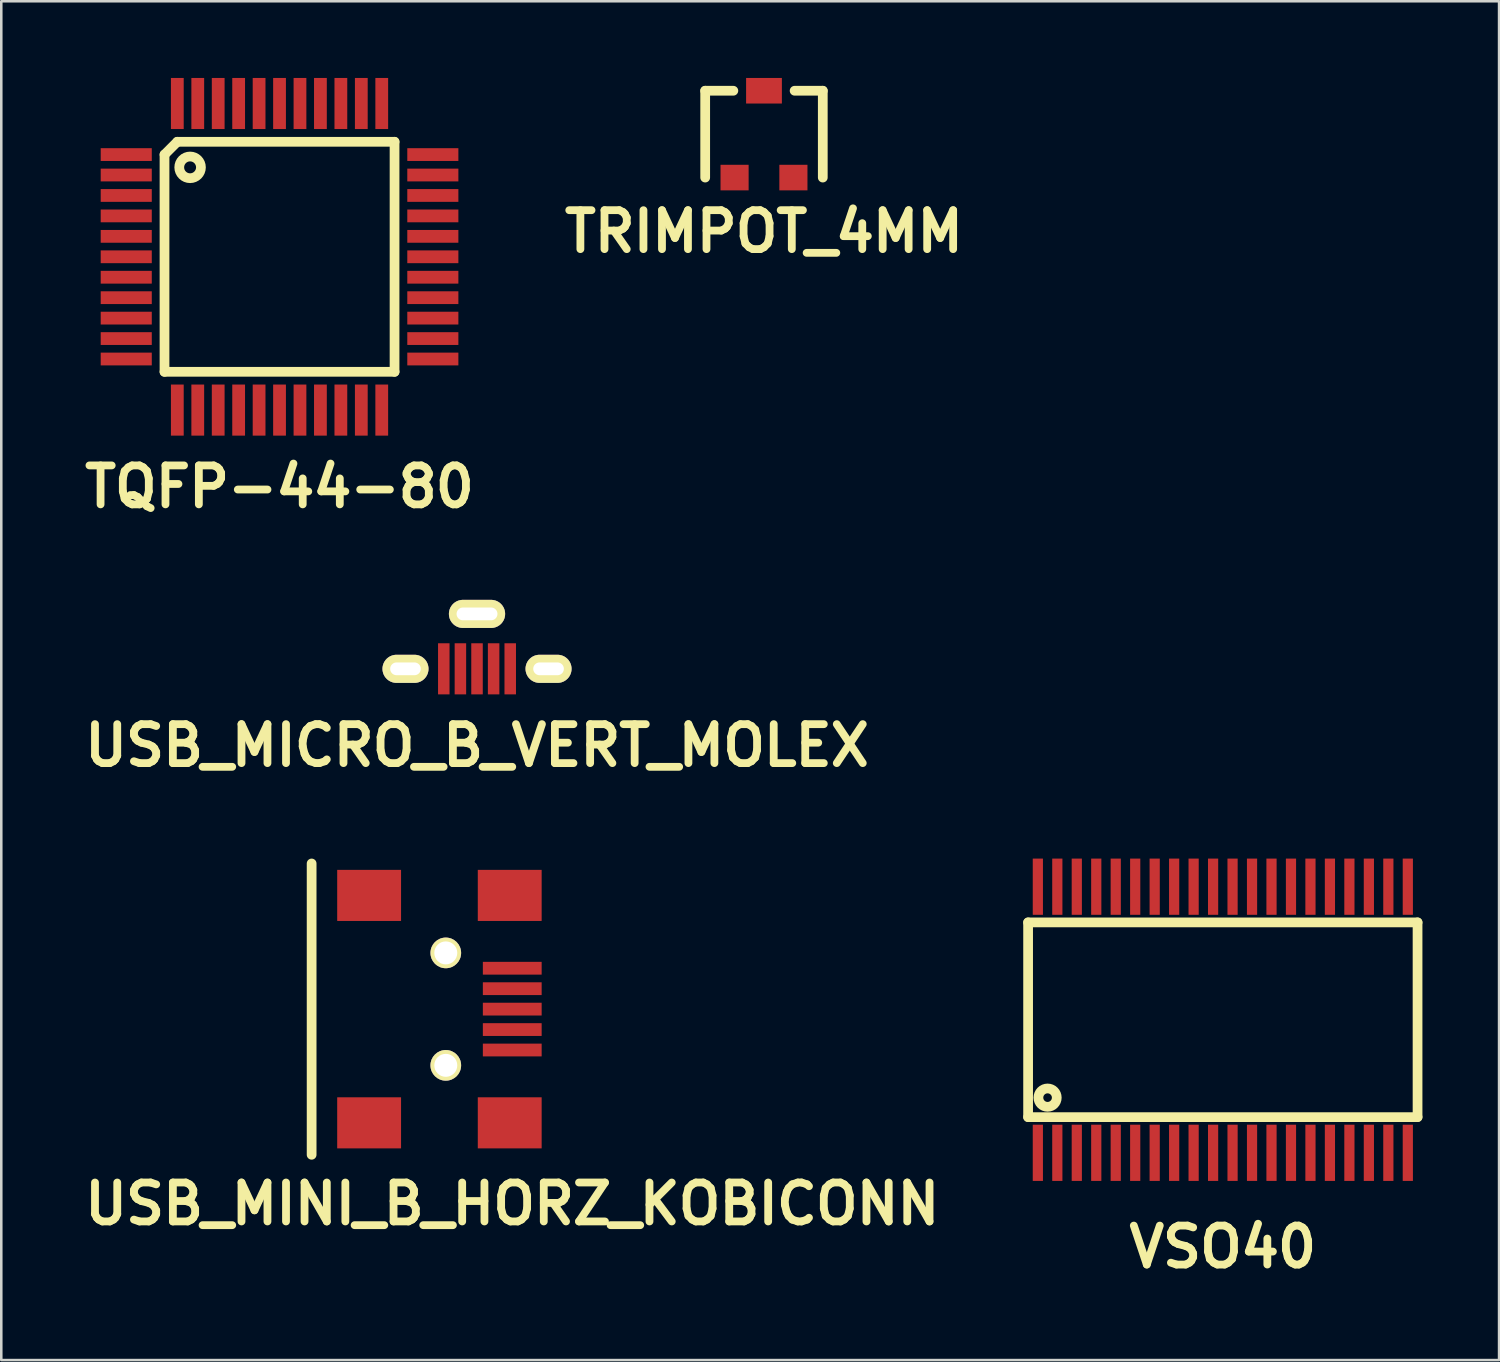
<source format=kicad_pcb>
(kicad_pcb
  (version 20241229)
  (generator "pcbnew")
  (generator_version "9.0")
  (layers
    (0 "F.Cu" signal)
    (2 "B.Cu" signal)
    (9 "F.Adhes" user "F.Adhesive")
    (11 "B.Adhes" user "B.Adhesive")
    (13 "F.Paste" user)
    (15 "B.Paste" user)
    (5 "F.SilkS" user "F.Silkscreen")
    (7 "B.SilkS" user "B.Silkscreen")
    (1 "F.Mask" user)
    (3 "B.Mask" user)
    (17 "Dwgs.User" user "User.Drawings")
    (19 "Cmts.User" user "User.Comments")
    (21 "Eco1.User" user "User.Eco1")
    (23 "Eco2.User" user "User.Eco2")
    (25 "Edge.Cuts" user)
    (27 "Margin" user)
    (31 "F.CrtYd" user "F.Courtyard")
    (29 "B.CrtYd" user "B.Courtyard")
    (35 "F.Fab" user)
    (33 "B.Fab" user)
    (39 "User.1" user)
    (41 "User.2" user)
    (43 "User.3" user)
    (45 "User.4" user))
  (footprint "TQFP-44-80"
    (layer "F.Cu")
    (at 7.889 6.999)
    (property "Reference" "TQFP-44-80" (at 0 8.999 0) (layer "F.SilkS") (effects (font (size 1.524 1.524) (thickness 0.305))))
    (attr through_hole)
    (fp_line (start -4.501 -4) (end -4 -4.501) (stroke (width 0.381) (type solid)) (layer "F.SilkS"))
    (fp_line (start -4.501 4.501) (end -4.501 -4) (stroke (width 0.381) (type solid)) (layer "F.SilkS"))
    (fp_line (start -4 -4.501) (end 4.501 -4.501) (stroke (width 0.381) (type solid)) (layer "F.SilkS"))
    (fp_line (start 4.501 -4.501) (end 4.501 4.501) (stroke (width 0.381) (type solid)) (layer "F.SilkS"))
    (fp_line (start 4.501 4.501) (end -4.501 4.501) (stroke (width 0.381) (type solid)) (layer "F.SilkS"))
    (fp_circle (center -3.5 -3.5) (end -3.8 -3.8) (stroke (width 0.381) (type solid)) (fill no) (layer "F.SilkS"))
    (pad "1" smd rect (at -5.999 -4 90) (size 0.5 1.999) (layers "F.Cu" "F.Mask" "F.Paste"))
    (pad "2" smd rect (at -5.999 -3.2 90) (size 0.5 1.999) (layers "F.Cu" "F.Mask" "F.Paste"))
    (pad "3" smd rect (at -5.999 -2.4 90) (size 0.5 1.999) (layers "F.Cu" "F.Mask" "F.Paste"))
    (pad "4" smd rect (at -5.999 -1.6 90) (size 0.5 1.999) (layers "F.Cu" "F.Mask" "F.Paste"))
    (pad "5" smd rect (at -5.999 -0.8 90) (size 0.5 1.999) (layers "F.Cu" "F.Mask" "F.Paste"))
    (pad "6" smd rect (at -5.999 0 90) (size 0.5 1.999) (layers "F.Cu" "F.Mask" "F.Paste"))
    (pad "7" smd rect (at -5.999 0.8 90) (size 0.5 1.999) (layers "F.Cu" "F.Mask" "F.Paste"))
    (pad "8" smd rect (at -5.999 1.6 90) (size 0.5 1.999) (layers "F.Cu" "F.Mask" "F.Paste"))
    (pad "9" smd rect (at -5.999 2.4 90) (size 0.5 1.999) (layers "F.Cu" "F.Mask" "F.Paste"))
    (pad "10" smd rect (at -5.999 3.2 90) (size 0.5 1.999) (layers "F.Cu" "F.Mask" "F.Paste"))
    (pad "11" smd rect (at -5.999 4 90) (size 0.5 1.999) (layers "F.Cu" "F.Mask" "F.Paste"))
    (pad "12" smd rect (at -4 5.999 90) (size 1.999 0.5) (layers "F.Cu" "F.Mask" "F.Paste"))
    (pad "13" smd rect (at -3.2 5.999 90) (size 1.999 0.5) (layers "F.Cu" "F.Mask" "F.Paste"))
    (pad "14" smd rect (at -2.4 5.999 90) (size 1.999 0.5) (layers "F.Cu" "F.Mask" "F.Paste"))
    (pad "15" smd rect (at -1.6 5.999 90) (size 1.999 0.5) (layers "F.Cu" "F.Mask" "F.Paste"))
    (pad "16" smd rect (at -0.8 5.999 90) (size 1.999 0.5) (layers "F.Cu" "F.Mask" "F.Paste"))
    (pad "17" smd rect (at 0 5.999 90) (size 1.999 0.5) (layers "F.Cu" "F.Mask" "F.Paste"))
    (pad "18" smd rect (at 0.8 5.999 90) (size 1.999 0.5) (layers "F.Cu" "F.Mask" "F.Paste"))
    (pad "19" smd rect (at 1.6 5.999 90) (size 1.999 0.5) (layers "F.Cu" "F.Mask" "F.Paste"))
    (pad "20" smd rect (at 2.4 5.999 90) (size 1.999 0.5) (layers "F.Cu" "F.Mask" "F.Paste"))
    (pad "21" smd rect (at 3.2 5.999 90) (size 1.999 0.5) (layers "F.Cu" "F.Mask" "F.Paste"))
    (pad "22" smd rect (at 4 5.999 90) (size 1.999 0.5) (layers "F.Cu" "F.Mask" "F.Paste"))
    (pad "23" smd rect (at 5.999 4 90) (size 0.5 1.999) (layers "F.Cu" "F.Mask" "F.Paste"))
    (pad "24" smd rect (at 5.999 3.2 90) (size 0.5 1.999) (layers "F.Cu" "F.Mask" "F.Paste"))
    (pad "25" smd rect (at 5.999 2.4 90) (size 0.5 1.999) (layers "F.Cu" "F.Mask" "F.Paste"))
    (pad "26" smd rect (at 5.999 1.6 90) (size 0.5 1.999) (layers "F.Cu" "F.Mask" "F.Paste"))
    (pad "27" smd rect (at 5.999 0.8 90) (size 0.5 1.999) (layers "F.Cu" "F.Mask" "F.Paste"))
    (pad "28" smd rect (at 5.999 0 90) (size 0.5 1.999) (layers "F.Cu" "F.Mask" "F.Paste"))
    (pad "29" smd rect (at 5.999 -0.8 90) (size 0.5 1.999) (layers "F.Cu" "F.Mask" "F.Paste"))
    (pad "30" smd rect (at 5.999 -1.6 90) (size 0.5 1.999) (layers "F.Cu" "F.Mask" "F.Paste"))
    (pad "31" smd rect (at 5.999 -2.4 90) (size 0.5 1.999) (layers "F.Cu" "F.Mask" "F.Paste"))
    (pad "32" smd rect (at 5.999 -3.2 90) (size 0.5 1.999) (layers "F.Cu" "F.Mask" "F.Paste"))
    (pad "33" smd rect (at 5.999 -4 90) (size 0.5 1.999) (layers "F.Cu" "F.Mask" "F.Paste"))
    (pad "34" smd rect (at 4 -5.999 90) (size 1.999 0.5) (layers "F.Cu" "F.Mask" "F.Paste"))
    (pad "35" smd rect (at 3.2 -5.999 90) (size 1.999 0.5) (layers "F.Cu" "F.Mask" "F.Paste"))
    (pad "36" smd rect (at 2.4 -5.999 90) (size 1.999 0.5) (layers "F.Cu" "F.Mask" "F.Paste"))
    (pad "37" smd rect (at 1.6 -5.999 90) (size 1.999 0.5) (layers "F.Cu" "F.Mask" "F.Paste"))
    (pad "38" smd rect (at 0.8 -5.999 90) (size 1.999 0.5) (layers "F.Cu" "F.Mask" "F.Paste"))
    (pad "39" smd rect (at 0 -5.999 90) (size 1.999 0.5) (layers "F.Cu" "F.Mask" "F.Paste"))
    (pad "40" smd rect (at -0.8 -5.999 90) (size 1.999 0.5) (layers "F.Cu" "F.Mask" "F.Paste"))
    (pad "41" smd rect (at -1.6 -5.999 90) (size 1.999 0.5) (layers "F.Cu" "F.Mask" "F.Paste"))
    (pad "42" smd rect (at -2.4 -5.999 90) (size 1.999 0.5) (layers "F.Cu" "F.Mask" "F.Paste"))
    (pad "43" smd rect (at -3.2 -5.999 90) (size 1.999 0.5) (layers "F.Cu" "F.Mask" "F.Paste"))
    (pad "44" smd rect (at -4 -5.999 90) (size 1.999 0.5) (layers "F.Cu" "F.Mask" "F.Paste")))
  (footprint "VSO40"
    (layer "F.Cu")
    (at 44.803 36.856)
    (property "Reference" "VSO40" (at 0 8.89 0) (layer "F.SilkS") (effects (font (size 1.524 1.524) (thickness 0.305))))
    (attr through_hole)
    (fp_line (start -7.62 -3.81) (end -7.62 3.81) (stroke (width 0.381) (type solid)) (layer "F.SilkS"))
    (fp_line (start -7.62 3.81) (end 7.62 3.81) (stroke (width 0.381) (type solid)) (layer "F.SilkS"))
    (fp_line (start 7.62 -3.81) (end -7.62 -3.81) (stroke (width 0.381) (type solid)) (layer "F.SilkS"))
    (fp_line (start 7.62 3.81) (end 7.62 -3.81) (stroke (width 0.381) (type solid)) (layer "F.SilkS"))
    (fp_circle (center -6.858 3.048) (end -7.112 3.302) (stroke (width 0.381) (type solid)) (fill no) (layer "F.SilkS"))
    (pad "1" smd rect (at -7.239 5.207) (size 0.399 2.2) (layers "F.Cu" "F.Mask" "F.Paste"))
    (pad "2" smd rect (at -6.477 5.207) (size 0.399 2.2) (layers "F.Cu" "F.Mask" "F.Paste"))
    (pad "3" smd rect (at -5.715 5.207) (size 0.399 2.2) (layers "F.Cu" "F.Mask" "F.Paste"))
    (pad "4" smd rect (at -4.953 5.207) (size 0.399 2.2) (layers "F.Cu" "F.Mask" "F.Paste"))
    (pad "5" smd rect (at -4.191 5.207) (size 0.399 2.2) (layers "F.Cu" "F.Mask" "F.Paste"))
    (pad "6" smd rect (at -3.429 5.207) (size 0.399 2.2) (layers "F.Cu" "F.Mask" "F.Paste"))
    (pad "7" smd rect (at -2.667 5.207) (size 0.399 2.2) (layers "F.Cu" "F.Mask" "F.Paste"))
    (pad "8" smd rect (at -1.905 5.207) (size 0.399 2.2) (layers "F.Cu" "F.Mask" "F.Paste"))
    (pad "9" smd rect (at -1.143 5.207) (size 0.399 2.2) (layers "F.Cu" "F.Mask" "F.Paste"))
    (pad "10" smd rect (at -0.381 5.207) (size 0.399 2.2) (layers "F.Cu" "F.Mask" "F.Paste"))
    (pad "11" smd rect (at 0.381 5.207) (size 0.399 2.2) (layers "F.Cu" "F.Mask" "F.Paste"))
    (pad "12" smd rect (at 1.143 5.207) (size 0.399 2.2) (layers "F.Cu" "F.Mask" "F.Paste"))
    (pad "13" smd rect (at 1.905 5.207) (size 0.399 2.2) (layers "F.Cu" "F.Mask" "F.Paste"))
    (pad "14" smd rect (at 2.667 5.207) (size 0.399 2.2) (layers "F.Cu" "F.Mask" "F.Paste"))
    (pad "15" smd rect (at 3.429 5.207) (size 0.399 2.2) (layers "F.Cu" "F.Mask" "F.Paste"))
    (pad "16" smd rect (at 4.191 5.207) (size 0.399 2.2) (layers "F.Cu" "F.Mask" "F.Paste"))
    (pad "17" smd rect (at 4.953 5.207) (size 0.399 2.2) (layers "F.Cu" "F.Mask" "F.Paste"))
    (pad "18" smd rect (at 5.715 5.207) (size 0.399 2.2) (layers "F.Cu" "F.Mask" "F.Paste"))
    (pad "19" smd rect (at 6.477 5.207) (size 0.399 2.2) (layers "F.Cu" "F.Mask" "F.Paste"))
    (pad "20" smd rect (at 7.239 5.207) (size 0.399 2.2) (layers "F.Cu" "F.Mask" "F.Paste"))
    (pad "21" smd rect (at 7.239 -5.207) (size 0.399 2.2) (layers "F.Cu" "F.Mask" "F.Paste"))
    (pad "22" smd rect (at 6.477 -5.207) (size 0.399 2.2) (layers "F.Cu" "F.Mask" "F.Paste"))
    (pad "23" smd rect (at 5.715 -5.207) (size 0.399 2.2) (layers "F.Cu" "F.Mask" "F.Paste"))
    (pad "24" smd rect (at 4.953 -5.207) (size 0.399 2.2) (layers "F.Cu" "F.Mask" "F.Paste"))
    (pad "25" smd rect (at 4.191 -5.207) (size 0.399 2.2) (layers "F.Cu" "F.Mask" "F.Paste"))
    (pad "26" smd rect (at 3.429 -5.207) (size 0.399 2.2) (layers "F.Cu" "F.Mask" "F.Paste"))
    (pad "27" smd rect (at 2.667 -5.207) (size 0.399 2.2) (layers "F.Cu" "F.Mask" "F.Paste"))
    (pad "28" smd rect (at 1.905 -5.207) (size 0.399 2.2) (layers "F.Cu" "F.Mask" "F.Paste"))
    (pad "29" smd rect (at 1.143 -5.207) (size 0.399 2.2) (layers "F.Cu" "F.Mask" "F.Paste"))
    (pad "30" smd rect (at 0.381 -5.207) (size 0.399 2.2) (layers "F.Cu" "F.Mask" "F.Paste"))
    (pad "31" smd rect (at -0.381 -5.207) (size 0.399 2.2) (layers "F.Cu" "F.Mask" "F.Paste"))
    (pad "32" smd rect (at -1.143 -5.207) (size 0.399 2.2) (layers "F.Cu" "F.Mask" "F.Paste"))
    (pad "33" smd rect (at -1.905 -5.207) (size 0.399 2.2) (layers "F.Cu" "F.Mask" "F.Paste"))
    (pad "34" smd rect (at -2.667 -5.207) (size 0.399 2.2) (layers "F.Cu" "F.Mask" "F.Paste"))
    (pad "35" smd rect (at -3.429 -5.207) (size 0.399 2.2) (layers "F.Cu" "F.Mask" "F.Paste"))
    (pad "36" smd rect (at -4.191 -5.207) (size 0.399 2.2) (layers "F.Cu" "F.Mask" "F.Paste"))
    (pad "37" smd rect (at -4.953 -5.207) (size 0.399 2.2) (layers "F.Cu" "F.Mask" "F.Paste"))
    (pad "38" smd rect (at -5.715 -5.207) (size 0.399 2.2) (layers "F.Cu" "F.Mask" "F.Paste"))
    (pad "39" smd rect (at -6.477 -5.207) (size 0.399 2.2) (layers "F.Cu" "F.Mask" "F.Paste"))
    (pad "40" smd rect (at -7.239 -5.207) (size 0.399 2.2) (layers "F.Cu" "F.Mask" "F.Paste")))
  (footprint "USB_MINI_B_HORZ_KOBICONN"
    (layer "F.Cu")
    (at 16.996 36.44)
    (property "Reference" "USB_MINI_B_HORZ_KOBICONN" (at 0 7.62 0) (layer "F.SilkS") (effects (font (size 1.524 1.524) (thickness 0.305))))
    (attr through_hole)
    (fp_line (start -7.851 -5.7) (end -7.851 5.7) (stroke (width 0.381) (type solid)) (layer "F.SilkS"))
    (pad "" smd rect (at -5.601 -4.45 90) (size 1.999 2.499) (layers "F.Cu" "F.Mask" "F.Paste"))
    (pad "" smd rect (at -5.601 4.45 90) (size 1.999 2.499) (layers "F.Cu" "F.Mask" "F.Paste"))
    (pad "" thru_hole circle (at -2.601 -2.2 90) (size 1.199 1.199) (drill 0.899) (layers "*.Cu" "*.Mask" "F.SilkS"))
    (pad "" thru_hole circle (at -2.601 2.2 90) (size 1.199 1.199) (drill 0.899) (layers "*.Cu" "*.Mask" "F.SilkS"))
    (pad "" smd rect (at -0.099 -4.45 90) (size 1.999 2.499) (layers "F.Cu" "F.Mask" "F.Paste"))
    (pad "" smd rect (at -0.099 4.45 90) (size 1.999 2.499) (layers "F.Cu" "F.Mask" "F.Paste"))
    (pad "1" smd rect (at 0 -1.6 90) (size 0.5 2.301) (layers "F.Cu" "F.Mask" "F.Paste"))
    (pad "2" smd rect (at 0 -0.8 90) (size 0.5 2.301) (layers "F.Cu" "F.Mask" "F.Paste"))
    (pad "3" smd rect (at 0 0 90) (size 0.5 2.301) (layers "F.Cu" "F.Mask" "F.Paste"))
    (pad "4" smd rect (at 0 0.8 90) (size 0.5 2.301) (layers "F.Cu" "F.Mask" "F.Paste"))
    (pad "5" smd rect (at 0 1.6 90) (size 0.5 2.301) (layers "F.Cu" "F.Mask" "F.Paste")))
  (footprint "USB_MICRO_B_VERT_MOLEX"
    (layer "F.Cu")
    (at 15.617 23.123)
    (property "Reference" "USB_MICRO_B_VERT_MOLEX" (at 0 3 0) (layer "F.SilkS") (effects (font (size 1.524 1.524) (thickness 0.305))))
    (attr through_hole)
    (pad "" thru_hole oval (at -2.799 0) (size 1.801 1.1) (drill oval 1.199 0.5) (layers "*.Cu" "*.Mask" "F.SilkS"))
    (pad "" thru_hole oval (at 0 -2.149) (size 2.2 1.1) (drill oval 1.6 0.5) (layers "*.Cu" "*.Mask" "F.SilkS"))
    (pad "" thru_hole oval (at 2.799 0) (size 1.801 1.1) (drill oval 1.199 0.5) (layers "*.Cu" "*.Mask" "F.SilkS"))
    (pad "1" smd rect (at 1.3 0) (size 0.45 2) (layers "F.Cu" "F.Mask" "F.Paste"))
    (pad "2" smd rect (at 0.65 0) (size 0.45 2) (layers "F.Cu" "F.Mask" "F.Paste"))
    (pad "3" smd rect (at 0 0) (size 0.45 2) (layers "F.Cu" "F.Mask" "F.Paste"))
    (pad "4" smd rect (at -0.65 0) (size 0.45 2) (layers "F.Cu" "F.Mask" "F.Paste"))
    (pad "5" smd rect (at -1.3 0) (size 0.45 2) (layers "F.Cu" "F.Mask" "F.Paste")))
  (footprint "TRIMPOT_4MM"
    (layer "F.Cu")
    (at 26.847 2.2)
    (property "Reference" "TRIMPOT_4MM" (at 0 3.81 0) (layer "F.SilkS") (effects (font (size 1.524 1.524) (thickness 0.305))))
    (attr through_hole)
    (fp_line (start -2.301 -1.699) (end -2.301 1.699) (stroke (width 0.381) (type solid)) (layer "F.SilkS"))
    (fp_line (start -1.199 -1.699) (end -2.301 -1.699) (stroke (width 0.381) (type solid)) (layer "F.SilkS"))
    (fp_line (start 1.199 -1.699) (end 2.301 -1.699) (stroke (width 0.381) (type solid)) (layer "F.SilkS"))
    (fp_line (start 2.301 -1.699) (end 2.301 1.699) (stroke (width 0.381) (type solid)) (layer "F.SilkS"))
    (pad "1" smd rect (at 1.151 1.699) (size 1.1 1.001) (layers "F.Cu" "F.Mask" "F.Paste"))
    (pad "2" smd rect (at 0 -1.699) (size 1.4 1.001) (layers "F.Cu" "F.Mask" "F.Paste"))
    (pad "3" smd rect (at -1.151 1.699) (size 1.1 1.001) (layers "F.Cu" "F.Mask" "F.Paste")))
  (gr_rect
    (start -3 -3)
    (end 55.613 50.173)
    (stroke (width 0.1) (type default))
    (fill no)
    (layer "Edge.Cuts")))
</source>
